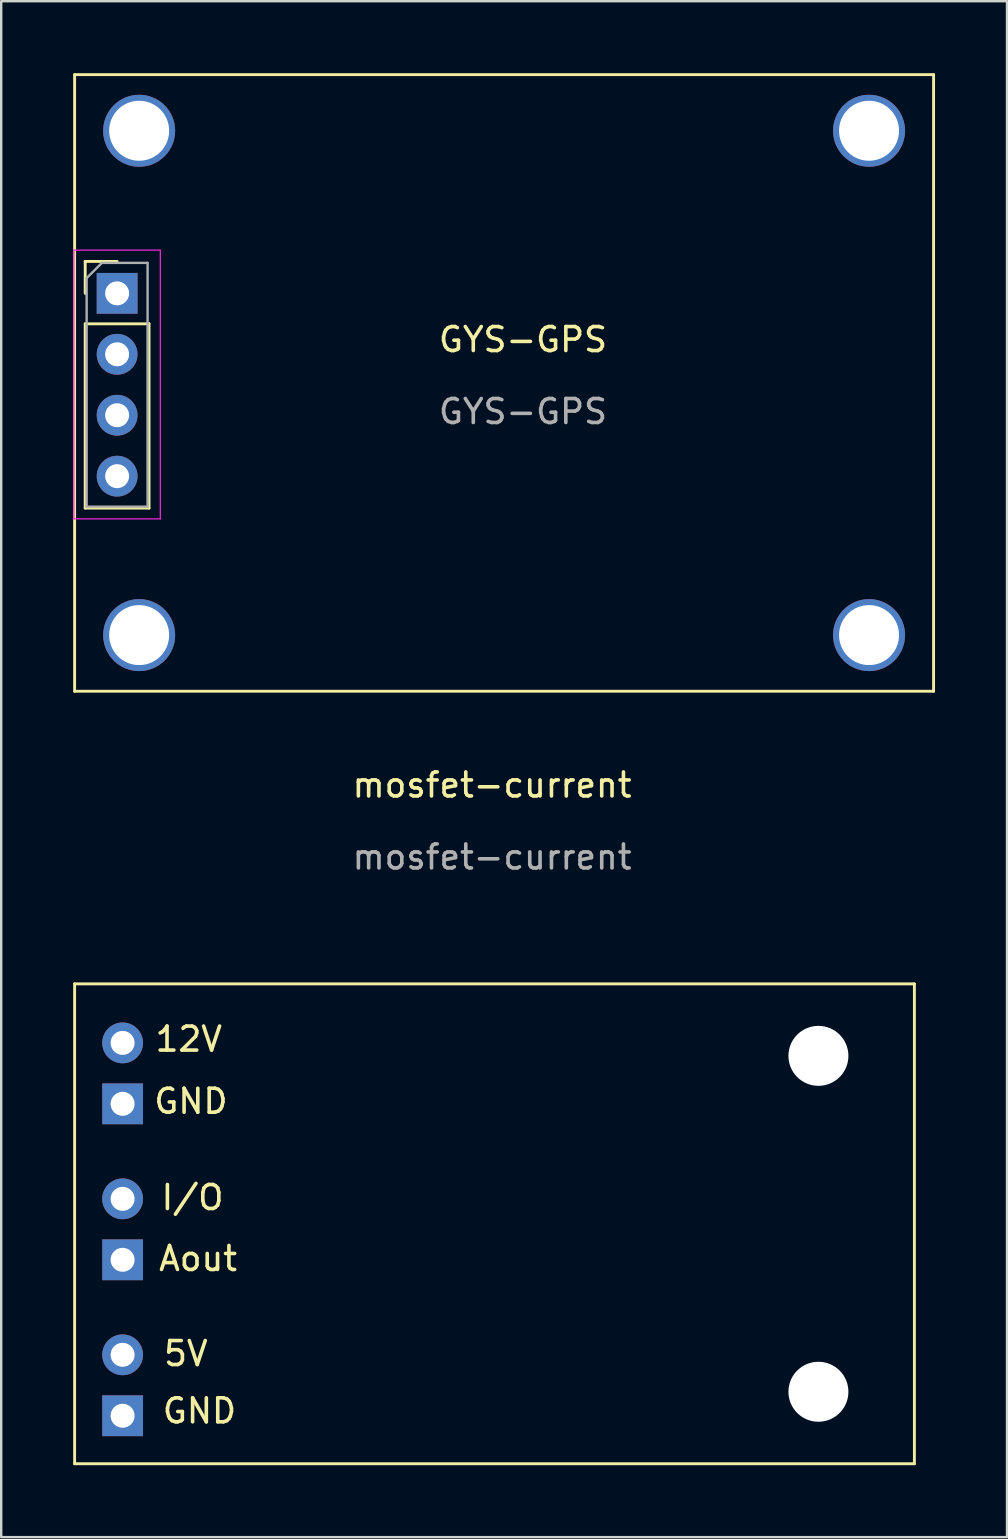
<source format=kicad_pcb>
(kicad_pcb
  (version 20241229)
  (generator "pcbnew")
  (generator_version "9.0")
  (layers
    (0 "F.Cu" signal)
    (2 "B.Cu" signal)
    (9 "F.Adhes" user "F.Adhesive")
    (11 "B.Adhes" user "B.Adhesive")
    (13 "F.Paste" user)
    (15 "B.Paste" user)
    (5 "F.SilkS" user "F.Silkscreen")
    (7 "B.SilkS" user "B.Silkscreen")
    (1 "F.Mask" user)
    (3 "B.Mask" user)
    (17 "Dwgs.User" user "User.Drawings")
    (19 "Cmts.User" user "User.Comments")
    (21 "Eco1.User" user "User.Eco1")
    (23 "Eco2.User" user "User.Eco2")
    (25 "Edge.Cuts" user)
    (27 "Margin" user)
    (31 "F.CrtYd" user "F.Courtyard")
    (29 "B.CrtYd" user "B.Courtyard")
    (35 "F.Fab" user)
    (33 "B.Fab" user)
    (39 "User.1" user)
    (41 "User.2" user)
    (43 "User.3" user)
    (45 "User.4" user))
  (footprint "mosfet-current"
    (layer "F.Cu")
    (at 17.56 47.956)
    (property "Reference" "mosfet-current" (at -0.102 -18.288 0) (unlocked yes) (layer "F.SilkS") (effects (font (size 1 1) (thickness 0.15))))
    (attr smd)
    (fp_line (start -17.5 -10) (end -17.5 10) (stroke (width 0.12) (type default)) (layer "F.SilkS"))
    (fp_line (start -17.5 -10) (end 17.5 -10) (stroke (width 0.12) (type default)) (layer "F.SilkS"))
    (fp_line (start -17.5 10) (end 17.5 10) (stroke (width 0.12) (type default)) (layer "F.SilkS"))
    (fp_line (start 17.5 -10) (end 17.5 10) (stroke (width 0.12) (type default)) (layer "F.SilkS"))
    (fp_text user "GND" (at -13.919 8.382 0) (unlocked yes) (layer "F.SilkS") (effects (font (size 1 1) (thickness 0.15)) (justify left bottom)))
    (fp_text user "I/O" (at -13.97 -0.508 0) (unlocked yes) (layer "F.SilkS") (effects (font (size 1 1) (thickness 0.15)) (justify left bottom)))
    (fp_text user "Aout" (at -14.072 2.032 0) (unlocked yes) (layer "F.SilkS") (effects (font (size 1 1) (thickness 0.15)) (justify left bottom)))
    (fp_text user "5V" (at -13.868 5.994 0) (unlocked yes) (layer "F.SilkS") (effects (font (size 1 1) (thickness 0.15)) (justify left bottom)))
    (fp_text user "GND" (at -14.275 -4.521 0) (unlocked yes) (layer "F.SilkS") (effects (font (size 1 1) (thickness 0.15)) (justify left bottom)))
    (fp_text user "12V" (at -14.224 -7.112 0) (unlocked yes) (layer "F.SilkS") (effects (font (size 1 1) (thickness 0.15)) (justify left bottom)))
    (fp_text user "${REFERENCE}" (at -0.102 -15.288 0) (unlocked yes) (layer "F.Fab") (effects (font (size 1 1) (thickness 0.15))))
    (pad "" np_thru_hole circle (at 13.5 -7) (size 2.5 2.5) (drill 2.5) (layers "*.Cu" "*.Mask"))
    (pad "" np_thru_hole circle (at 13.5 7) (size 2.5 2.5) (drill 2.5) (layers "*.Cu" "*.Mask"))
    (pad "1" thru_hole oval (at -15.5 -7.54) (size 1.7 1.7) (drill 1) (layers "*.Cu" "*.Mask"))
    (pad "2" thru_hole rect (at -15.5 -5) (size 1.7 1.7) (drill 1) (layers "*.Cu" "*.Mask"))
    (pad "3" thru_hole oval (at -15.5 -1.04) (size 1.7 1.7) (drill 1) (layers "*.Cu" "*.Mask"))
    (pad "4" thru_hole rect (at -15.5 1.5) (size 1.7 1.7) (drill 1) (layers "*.Cu" "*.Mask"))
    (pad "5" thru_hole oval (at -15.5 5.46) (size 1.7 1.7) (drill 1) (layers "*.Cu" "*.Mask"))
    (pad "6" thru_hole rect (at -15.5 8) (size 1.7 1.7) (drill 1) (layers "*.Cu" "*.Mask")))
  (footprint "GYS-GPS"
    (layer "F.Cu")
    (at 17.96 12.91)
    (property "Reference" "GYS-GPS" (at 0.787 -1.806 0) (unlocked yes) (layer "F.SilkS") (effects (font (size 1 1) (thickness 0.15))))
    (attr smd)
    (fp_line (start -17.9 -12.85) (end -17.9 12.85) (stroke (width 0.12) (type default)) (layer "F.SilkS"))
    (fp_line (start -17.459 -5.064) (end -16.129 -5.064) (stroke (width 0.12) (type solid)) (layer "F.SilkS"))
    (fp_line (start -17.459 -3.734) (end -17.459 -5.064) (stroke (width 0.12) (type solid)) (layer "F.SilkS"))
    (fp_line (start -17.459 -2.464) (end -17.459 5.216) (stroke (width 0.12) (type solid)) (layer "F.SilkS"))
    (fp_line (start -17.459 -2.464) (end -14.799 -2.464) (stroke (width 0.12) (type solid)) (layer "F.SilkS"))
    (fp_line (start -17.459 5.216) (end -14.799 5.216) (stroke (width 0.12) (type solid)) (layer "F.SilkS"))
    (fp_line (start -14.799 -2.464) (end -14.799 5.216) (stroke (width 0.12) (type solid)) (layer "F.SilkS"))
    (fp_line (start 17.9 -12.85) (end -17.9 -12.85) (stroke (width 0.12) (type default)) (layer "F.SilkS"))
    (fp_line (start 17.9 -12.85) (end 17.9 12.85) (stroke (width 0.12) (type default)) (layer "F.SilkS"))
    (fp_line (start 17.9 12.85) (end -17.9 12.85) (stroke (width 0.12) (type default)) (layer "F.SilkS"))
    (fp_line (start -17.929 -5.534) (end -17.929 5.666) (stroke (width 0.05) (type solid)) (layer "F.CrtYd"))
    (fp_line (start -17.929 5.666) (end -14.329 5.666) (stroke (width 0.05) (type solid)) (layer "F.CrtYd"))
    (fp_line (start -14.329 -5.534) (end -17.929 -5.534) (stroke (width 0.05) (type solid)) (layer "F.CrtYd"))
    (fp_line (start -14.329 5.666) (end -14.329 -5.534) (stroke (width 0.05) (type solid)) (layer "F.CrtYd"))
    (fp_line (start -17.399 -4.369) (end -16.764 -5.004) (stroke (width 0.1) (type solid)) (layer "F.Fab"))
    (fp_line (start -17.399 5.156) (end -17.399 -4.369) (stroke (width 0.1) (type solid)) (layer "F.Fab"))
    (fp_line (start -16.764 -5.004) (end -14.859 -5.004) (stroke (width 0.1) (type solid)) (layer "F.Fab"))
    (fp_line (start -14.859 -5.004) (end -14.859 5.156) (stroke (width 0.1) (type solid)) (layer "F.Fab"))
    (fp_line (start -14.859 5.156) (end -17.399 5.156) (stroke (width 0.1) (type solid)) (layer "F.Fab"))
    (fp_text user "${REFERENCE}" (at 0.787 1.194 0) (unlocked yes) (layer "F.Fab") (effects (font (size 1 1) (thickness 0.15))))
    (pad "" np_thru_hole circle (at -15.21 -10.51) (size 3 3) (drill 2.5) (layers "*.Cu" "*.Mask"))
    (pad "" np_thru_hole circle (at -15.21 10.51) (size 3 3) (drill 2.5) (layers "*.Cu" "*.Mask"))
    (pad "" np_thru_hole circle (at 15.21 -10.51) (size 3 3) (drill 2.5) (layers "*.Cu" "*.Mask"))
    (pad "" np_thru_hole circle (at 15.21 10.51) (size 3 3) (drill 2.5) (layers "*.Cu" "*.Mask"))
    (pad "1" thru_hole rect (at -16.129 -3.734) (size 1.7 1.7) (drill 1) (layers "*.Cu" "*.Mask"))
    (pad "2" thru_hole oval (at -16.129 -1.194) (size 1.7 1.7) (drill 1) (layers "*.Cu" "*.Mask"))
    (pad "3" thru_hole oval (at -16.129 1.346) (size 1.7 1.7) (drill 1) (layers "*.Cu" "*.Mask"))
    (pad "4" thru_hole oval (at -16.129 3.886) (size 1.7 1.7) (drill 1) (layers "*.Cu" "*.Mask")))
  (gr_rect
    (start -3 -3)
    (end 38.92 61.016)
    (stroke (width 0.1) (type default))
    (fill no)
    (layer "Edge.Cuts")))
</source>
